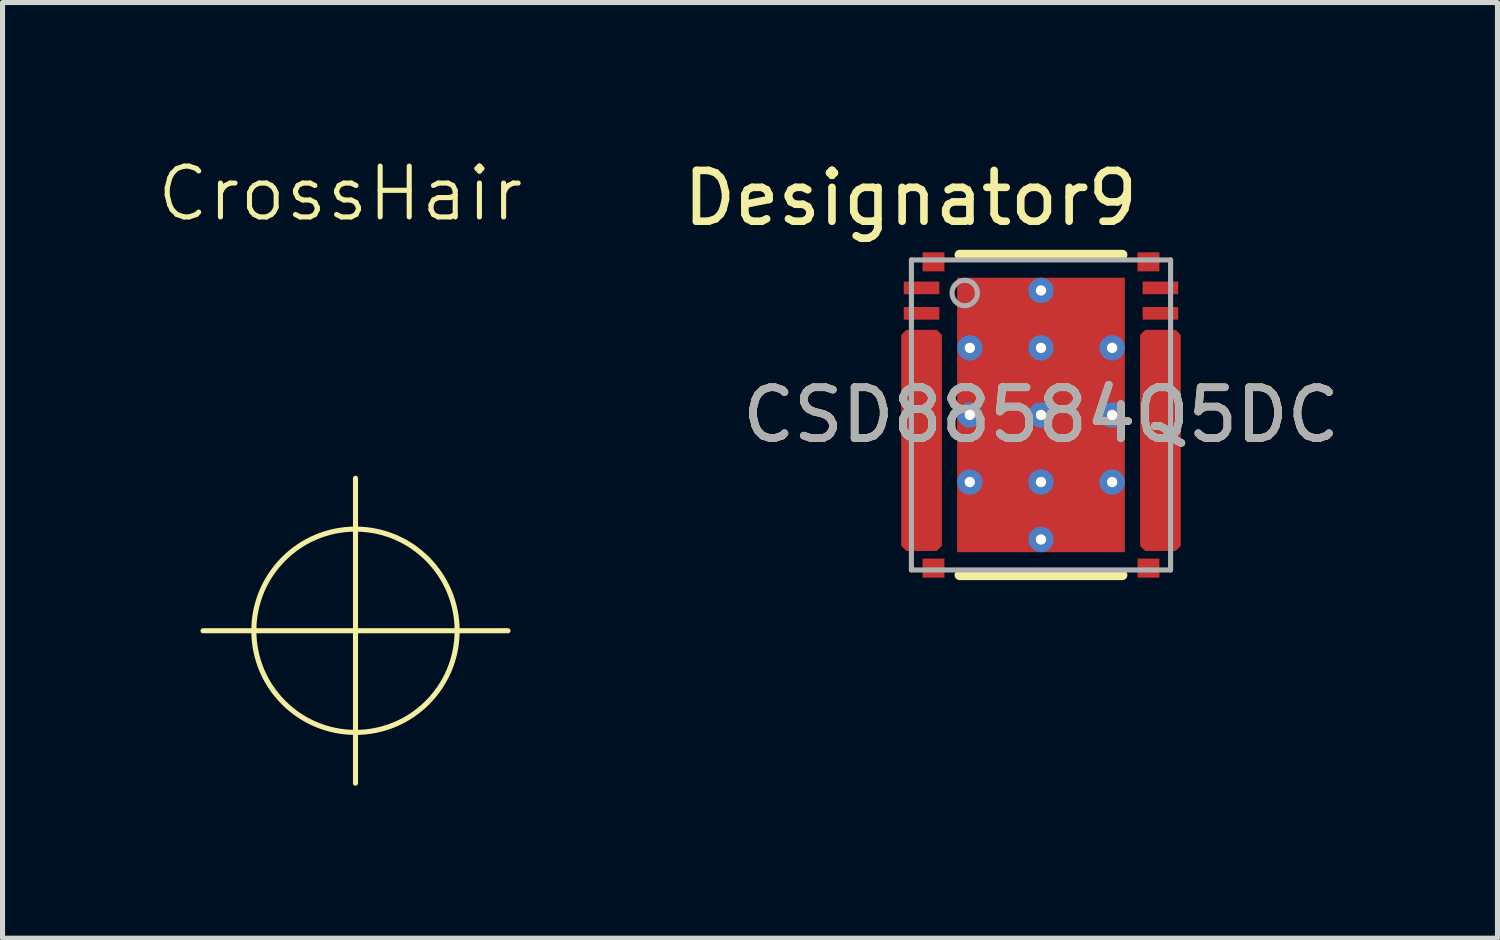
<source format=kicad_pcb>
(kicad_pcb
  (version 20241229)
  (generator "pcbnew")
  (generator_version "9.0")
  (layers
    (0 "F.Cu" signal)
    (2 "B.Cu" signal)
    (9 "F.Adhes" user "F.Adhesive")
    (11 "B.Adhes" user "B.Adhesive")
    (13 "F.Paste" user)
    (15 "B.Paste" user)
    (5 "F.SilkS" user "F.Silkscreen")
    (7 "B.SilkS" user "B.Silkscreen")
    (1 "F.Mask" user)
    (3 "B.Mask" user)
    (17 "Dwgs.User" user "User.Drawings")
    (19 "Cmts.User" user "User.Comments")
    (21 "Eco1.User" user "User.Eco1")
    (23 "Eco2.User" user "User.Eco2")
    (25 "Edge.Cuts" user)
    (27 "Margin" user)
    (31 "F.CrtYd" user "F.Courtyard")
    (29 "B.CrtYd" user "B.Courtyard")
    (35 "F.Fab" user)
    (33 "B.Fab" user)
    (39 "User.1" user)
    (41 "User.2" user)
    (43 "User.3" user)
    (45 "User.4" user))
  (footprint "CSD88584Q5DC"
    (layer "F.Cu")
    (at 17.433 5.115)
    (property "Reference" "CSD88584Q5DC" (at 0 0 0) (unlocked yes) (layer "F.SilkS") (effects (font (size 1 1) (thickness 0.15))))
    (attr smd)
    (fp_poly (pts (xy -2.3 2.5) (xy -2 2.5) (xy -2 -1.5) (xy -2.3 -1.5)) (stroke (width 0) (type solid)) (fill yes) (layer "F.Cu"))
    (fp_poly (pts (xy 2.3 -1.5) (xy 2 -1.5) (xy 2 2.5) (xy 2.3 2.5)) (stroke (width 0) (type solid)) (fill yes) (layer "F.Cu"))
    (fp_poly (pts (xy -2.75 2.575) (xy -2.75 -1.575) (xy -2.65 -1.675) (xy -2.05 -1.675) (xy -1.95 -1.575) (xy -1.95 2.575) (xy -2.05 2.675) (xy -2.65 2.675)) (stroke (width 0) (type solid)) (fill yes) (layer "F.Cu"))
    (fp_poly (pts (xy 2.75 2.575) (xy 2.75 -1.575) (xy 2.65 -1.675) (xy 2.05 -1.675) (xy 1.95 -1.575) (xy 1.95 2.575) (xy 2.05 2.675) (xy 2.65 2.675)) (stroke (width 0) (type solid)) (fill yes) (layer "F.Cu"))
    (fp_poly (pts (xy -2.3 2.5) (xy -2 2.5) (xy -2 -1.5) (xy -2.3 -1.5)) (stroke (width 0) (type solid)) (fill yes) (layer "F.Mask"))
    (fp_poly (pts (xy 2.3 -1.5) (xy 2 -1.5) (xy 2 2.5) (xy 2.3 2.5)) (stroke (width 0) (type solid)) (fill yes) (layer "F.Mask"))
    (fp_line (start -1.6 -3.15) (end 1.6 -3.15) (stroke (width 0.2) (type solid)) (layer "F.SilkS"))
    (fp_line (start -1.6 3.15) (end 1.6 3.15) (stroke (width 0.2) (type solid)) (layer "F.SilkS"))
    (fp_poly (pts (xy -2.3 2.5) (xy -2 2.5) (xy -2 -1.5) (xy -2.3 -1.5)) (stroke (width 0) (type solid)) (fill yes) (layer "F.Paste"))
    (fp_poly (pts (xy 2.3 -1.5) (xy 2 -1.5) (xy 2 2.5) (xy 2.3 2.5)) (stroke (width 0) (type solid)) (fill yes) (layer "F.Paste"))
    (fp_poly (pts (xy -1.51 -1.47) (xy -1.51 -2.49) (xy -1.509 -2.499) (xy -1.506 -2.509) (xy -1.502 -2.518) (xy -1.495 -2.525) (xy -1.488 -2.532) (xy -1.479 -2.536) (xy -1.469 -2.539) (xy -1.46 -2.54) (xy -0.15 -2.54) (xy -0.141 -2.539) (xy -0.131 -2.536) (xy -0.122 -2.532) (xy -0.115 -2.525) (xy -0.108 -2.518) (xy -0.104 -2.509) (xy -0.101 -2.499) (xy -0.1 -2.49) (xy -0.1 -1.47) (xy -0.101 -1.461) (xy -0.104 -1.451) (xy -0.108 -1.442) (xy -0.115 -1.435) (xy -0.122 -1.428) (xy -0.131 -1.424) (xy -0.141 -1.421) (xy -0.15 -1.42) (xy -1.46 -1.42) (xy -1.469 -1.421) (xy -1.479 -1.424) (xy -1.488 -1.428) (xy -1.495 -1.435) (xy -1.502 -1.442) (xy -1.506 -1.451) (xy -1.509 -1.461)) (stroke (width 0) (type solid)) (fill yes) (layer "F.Paste"))
    (fp_poly (pts (xy -1.51 -0.15) (xy -1.51 -1.17) (xy -1.509 -1.179) (xy -1.506 -1.189) (xy -1.502 -1.198) (xy -1.495 -1.205) (xy -1.488 -1.212) (xy -1.479 -1.216) (xy -1.469 -1.219) (xy -1.46 -1.22) (xy -0.15 -1.22) (xy -0.141 -1.219) (xy -0.131 -1.216) (xy -0.122 -1.212) (xy -0.115 -1.205) (xy -0.108 -1.198) (xy -0.104 -1.189) (xy -0.101 -1.179) (xy -0.1 -1.17) (xy -0.1 -0.15) (xy -0.101 -0.141) (xy -0.104 -0.131) (xy -0.108 -0.122) (xy -0.115 -0.115) (xy -0.122 -0.108) (xy -0.131 -0.104) (xy -0.141 -0.101) (xy -0.15 -0.1) (xy -1.46 -0.1) (xy -1.469 -0.101) (xy -1.479 -0.104) (xy -1.488 -0.108) (xy -1.495 -0.115) (xy -1.502 -0.122) (xy -1.506 -0.131) (xy -1.509 -0.141)) (stroke (width 0) (type solid)) (fill yes) (layer "F.Paste"))
    (fp_poly (pts (xy -1.51 1.17) (xy -1.51 0.15) (xy -1.509 0.141) (xy -1.506 0.131) (xy -1.502 0.122) (xy -1.495 0.115) (xy -1.488 0.108) (xy -1.479 0.104) (xy -1.469 0.101) (xy -1.46 0.1) (xy -0.15 0.1) (xy -0.141 0.101) (xy -0.131 0.104) (xy -0.122 0.108) (xy -0.115 0.115) (xy -0.108 0.122) (xy -0.104 0.131) (xy -0.101 0.141) (xy -0.1 0.15) (xy -0.1 1.17) (xy -0.101 1.179) (xy -0.104 1.189) (xy -0.108 1.198) (xy -0.115 1.205) (xy -0.122 1.212) (xy -0.131 1.216) (xy -0.141 1.219) (xy -0.15 1.22) (xy -1.46 1.22) (xy -1.469 1.219) (xy -1.479 1.216) (xy -1.488 1.212) (xy -1.495 1.205) (xy -1.502 1.198) (xy -1.506 1.189) (xy -1.509 1.179)) (stroke (width 0) (type solid)) (fill yes) (layer "F.Paste"))
    (fp_poly (pts (xy -1.51 2.49) (xy -1.51 1.47) (xy -1.509 1.461) (xy -1.506 1.451) (xy -1.502 1.442) (xy -1.495 1.435) (xy -1.488 1.428) (xy -1.479 1.424) (xy -1.469 1.421) (xy -1.46 1.42) (xy -0.15 1.42) (xy -0.141 1.421) (xy -0.131 1.424) (xy -0.122 1.428) (xy -0.115 1.435) (xy -0.108 1.442) (xy -0.104 1.451) (xy -0.101 1.461) (xy -0.1 1.47) (xy -0.1 2.49) (xy -0.101 2.499) (xy -0.104 2.509) (xy -0.108 2.518) (xy -0.115 2.525) (xy -0.122 2.532) (xy -0.131 2.536) (xy -0.141 2.539) (xy -0.15 2.54) (xy -1.46 2.54) (xy -1.469 2.539) (xy -1.479 2.536) (xy -1.488 2.532) (xy -1.495 2.525) (xy -1.502 2.518) (xy -1.506 2.509) (xy -1.509 2.499)) (stroke (width 0) (type solid)) (fill yes) (layer "F.Paste"))
    (fp_poly (pts (xy 0.1 -1.47) (xy 0.1 -2.49) (xy 0.101 -2.499) (xy 0.104 -2.509) (xy 0.108 -2.518) (xy 0.115 -2.525) (xy 0.122 -2.532) (xy 0.131 -2.536) (xy 0.141 -2.539) (xy 0.15 -2.54) (xy 1.46 -2.54) (xy 1.469 -2.539) (xy 1.479 -2.536) (xy 1.488 -2.532) (xy 1.495 -2.525) (xy 1.502 -2.518) (xy 1.506 -2.509) (xy 1.509 -2.499) (xy 1.51 -2.49) (xy 1.51 -1.47) (xy 1.509 -1.461) (xy 1.506 -1.451) (xy 1.502 -1.442) (xy 1.495 -1.435) (xy 1.488 -1.428) (xy 1.479 -1.424) (xy 1.469 -1.421) (xy 1.46 -1.42) (xy 0.15 -1.42) (xy 0.141 -1.421) (xy 0.131 -1.424) (xy 0.122 -1.428) (xy 0.115 -1.435) (xy 0.108 -1.442) (xy 0.104 -1.451) (xy 0.101 -1.461)) (stroke (width 0) (type solid)) (fill yes) (layer "F.Paste"))
    (fp_poly (pts (xy 0.1 2.49) (xy 0.1 1.47) (xy 0.101 1.461) (xy 0.104 1.451) (xy 0.108 1.442) (xy 0.115 1.435) (xy 0.122 1.428) (xy 0.131 1.424) (xy 0.141 1.421) (xy 0.15 1.42) (xy 1.46 1.42) (xy 1.469 1.421) (xy 1.479 1.424) (xy 1.488 1.428) (xy 1.495 1.435) (xy 1.502 1.442) (xy 1.506 1.451) (xy 1.509 1.461) (xy 1.51 1.47) (xy 1.51 2.49) (xy 1.509 2.499) (xy 1.506 2.509) (xy 1.502 2.518) (xy 1.495 2.525) (xy 1.488 2.532) (xy 1.479 2.536) (xy 1.469 2.539) (xy 1.46 2.54) (xy 0.15 2.54) (xy 0.141 2.539) (xy 0.131 2.536) (xy 0.122 2.532) (xy 0.115 2.525) (xy 0.108 2.518) (xy 0.104 2.509) (xy 0.101 2.499)) (stroke (width 0) (type solid)) (fill yes) (layer "F.Paste"))
    (fp_poly (pts (xy 1.51 -1.17) (xy 1.51 -0.15) (xy 1.509 -0.141) (xy 1.506 -0.131) (xy 1.502 -0.122) (xy 1.495 -0.115) (xy 1.488 -0.108) (xy 1.479 -0.104) (xy 1.469 -0.101) (xy 1.46 -0.1) (xy 0.15 -0.1) (xy 0.141 -0.101) (xy 0.131 -0.104) (xy 0.122 -0.108) (xy 0.115 -0.115) (xy 0.108 -0.122) (xy 0.104 -0.131) (xy 0.101 -0.141) (xy 0.1 -0.15) (xy 0.1 -1.17) (xy 0.101 -1.179) (xy 0.104 -1.189) (xy 0.108 -1.198) (xy 0.115 -1.205) (xy 0.122 -1.212) (xy 0.131 -1.216) (xy 0.141 -1.219) (xy 0.15 -1.22) (xy 1.46 -1.22) (xy 1.469 -1.219) (xy 1.479 -1.216) (xy 1.488 -1.212) (xy 1.495 -1.205) (xy 1.502 -1.198) (xy 1.506 -1.189) (xy 1.509 -1.179)) (stroke (width 0) (type solid)) (fill yes) (layer "F.Paste"))
    (fp_poly (pts (xy 1.51 0.15) (xy 1.51 1.17) (xy 1.509 1.179) (xy 1.506 1.189) (xy 1.502 1.198) (xy 1.495 1.205) (xy 1.488 1.212) (xy 1.479 1.216) (xy 1.469 1.219) (xy 1.46 1.22) (xy 0.15 1.22) (xy 0.141 1.219) (xy 0.131 1.216) (xy 0.122 1.212) (xy 0.115 1.205) (xy 0.108 1.198) (xy 0.104 1.189) (xy 0.101 1.179) (xy 0.1 1.17) (xy 0.1 0.15) (xy 0.101 0.141) (xy 0.104 0.131) (xy 0.108 0.122) (xy 0.115 0.115) (xy 0.122 0.108) (xy 0.131 0.104) (xy 0.141 0.101) (xy 0.15 0.1) (xy 1.46 0.1) (xy 1.469 0.101) (xy 1.479 0.104) (xy 1.488 0.108) (xy 1.495 0.115) (xy 1.502 0.122) (xy 1.506 0.131) (xy 1.509 0.141)) (stroke (width 0) (type solid)) (fill yes) (layer "F.Paste"))
    (fp_line (start -2.55 -3.05) (end 2.55 -3.05) (stroke (width 0.1) (type solid)) (layer "F.Fab"))
    (fp_line (start -2.55 3.05) (end -2.55 -3.05) (stroke (width 0.1) (type solid)) (layer "F.Fab"))
    (fp_line (start -2.55 3.05) (end 2.55 3.05) (stroke (width 0.1) (type solid)) (layer "F.Fab"))
    (fp_line (start 2.55 3.05) (end 2.55 -3.05) (stroke (width 0.1) (type solid)) (layer "F.Fab"))
    (fp_circle (center -1.5 -2.4) (end -1.25 -2.4) (stroke (width 0.1) (type solid)) (fill no) (layer "F.Fab"))
    (fp_text user "Designator9" (at -2.565 -4.267 0) (unlocked yes) (layer "F.SilkS") (effects (font (size 1 1) (thickness 0.15))))
    (fp_text user "${REFERENCE}" (at 0 0 0) (unlocked yes) (layer "F.Fab") (effects (font (size 1 1) (thickness 0.15))))
    (pad "1" smd rect (at -2.35 -2.5) (size 0.7 0.25) (layers "F.Cu" "F.Mask" "F.Paste"))
    (pad "2" smd rect (at -2.35 -2) (size 0.7 0.25) (layers "F.Cu" "F.Mask" "F.Paste"))
    (pad "3" smd rect (at -2.35 -1.5) (size 0.7 0.25) (layers "F.Cu" "F.Mask" "F.Paste"))
    (pad "4" smd rect (at -2.35 -1) (size 0.7 0.25) (layers "F.Cu" "F.Mask" "F.Paste"))
    (pad "5" smd rect (at -2.35 -0.5) (size 0.7 0.25) (layers "F.Cu" "F.Mask" "F.Paste"))
    (pad "6" smd rect (at -2.35 0) (size 0.7 0.25) (layers "F.Cu" "F.Mask" "F.Paste"))
    (pad "7" smd rect (at -2.35 0.5) (size 0.7 0.25) (layers "F.Cu" "F.Mask" "F.Paste"))
    (pad "8" smd rect (at -2.35 1) (size 0.7 0.25) (layers "F.Cu" "F.Mask" "F.Paste"))
    (pad "9" smd rect (at -2.35 1.5) (size 0.7 0.25) (layers "F.Cu" "F.Mask" "F.Paste"))
    (pad "10" smd rect (at -2.35 2) (size 0.7 0.25) (layers "F.Cu" "F.Mask" "F.Paste"))
    (pad "11" smd rect (at -2.35 2.5) (size 0.7 0.25) (layers "F.Cu" "F.Mask" "F.Paste"))
    (pad "12" smd rect (at 2.35 2.5) (size 0.7 0.25) (layers "F.Cu" "F.Mask" "F.Paste"))
    (pad "13" smd rect (at 2.35 2) (size 0.7 0.25) (layers "F.Cu" "F.Mask" "F.Paste"))
    (pad "14" smd rect (at 2.35 1.5) (size 0.7 0.25) (layers "F.Cu" "F.Mask" "F.Paste"))
    (pad "15" smd rect (at 2.35 1) (size 0.7 0.25) (layers "F.Cu" "F.Mask" "F.Paste"))
    (pad "16" smd rect (at 2.35 0.5) (size 0.7 0.25) (layers "F.Cu" "F.Mask" "F.Paste"))
    (pad "17" smd rect (at 2.35 0) (size 0.7 0.25) (layers "F.Cu" "F.Mask" "F.Paste"))
    (pad "18" smd rect (at 2.35 -0.5) (size 0.7 0.25) (layers "F.Cu" "F.Mask" "F.Paste"))
    (pad "19" smd rect (at 2.35 -1) (size 0.7 0.25) (layers "F.Cu" "F.Mask" "F.Paste"))
    (pad "20" smd rect (at 2.35 -1.5) (size 0.7 0.25) (layers "F.Cu" "F.Mask" "F.Paste"))
    (pad "21" smd rect (at 2.35 -2) (size 0.7 0.25) (layers "F.Cu" "F.Mask" "F.Paste"))
    (pad "22" smd rect (at 2.35 -2.5) (size 0.7 0.25) (layers "F.Cu" "F.Mask" "F.Paste"))
    (pad "23" smd rect (at -2.115 -3.013) (size 0.43 0.375) (layers "F.Cu" "F.Mask" "F.Paste"))
    (pad "24" smd rect (at -2.115 3.013) (size 0.43 0.375) (layers "F.Cu" "F.Mask" "F.Paste"))
    (pad "25" smd rect (at 2.115 3.013) (size 0.43 0.375) (layers "F.Cu" "F.Mask" "F.Paste"))
    (pad "26" smd rect (at 2.115 -3.013) (size 0.43 0.375) (layers "F.Cu" "F.Mask" "F.Paste"))
    (pad "27" smd rect (at 0 0) (size 3.3 5.4) (layers "F.Cu" "F.Mask" "F.Paste"))
    (pad "V" thru_hole circle (at -1.4 -1.32) (size 0.5 0.5) (drill 0.203) (layers "*.Cu" "*.Mask"))
    (pad "V" thru_hole circle (at -1.4 0) (size 0.5 0.5) (drill 0.203) (layers "*.Cu" "*.Mask"))
    (pad "V" thru_hole circle (at -1.4 1.32) (size 0.5 0.5) (drill 0.203) (layers "*.Cu" "*.Mask"))
    (pad "V" thru_hole circle (at 0 -2.45) (size 0.5 0.5) (drill 0.203) (layers "*.Cu" "*.Mask"))
    (pad "V" thru_hole circle (at 0 -1.32) (size 0.5 0.5) (drill 0.203) (layers "*.Cu" "*.Mask"))
    (pad "V" thru_hole circle (at 0 0) (size 0.5 0.5) (drill 0.203) (layers "*.Cu" "*.Mask"))
    (pad "V" thru_hole circle (at 0 1.32) (size 0.5 0.5) (drill 0.203) (layers "*.Cu" "*.Mask"))
    (pad "V" thru_hole circle (at 0 2.45) (size 0.5 0.5) (drill 0.203) (layers "*.Cu" "*.Mask"))
    (pad "V" thru_hole circle (at 1.4 -1.32) (size 0.5 0.5) (drill 0.203) (layers "*.Cu" "*.Mask"))
    (pad "V" thru_hole circle (at 1.4 0) (size 0.5 0.5) (drill 0.203) (layers "*.Cu" "*.Mask"))
    (pad "V" thru_hole circle (at 1.4 1.32) (size 0.5 0.5) (drill 0.203) (layers "*.Cu" "*.Mask")))
  (footprint "CrossHair"
    (layer "F.Cu")
    (at 3.945 9.361)
    (property "Reference" "CrossHair" (at -0.3 -8.6 0) (unlocked yes) (layer "F.SilkS") (effects (font (size 1 1) (thickness 0.1))))
    (attr smd)
    (fp_line (start -3 0) (end 3 0) (stroke (width 0.1) (type default)) (layer "F.SilkS"))
    (fp_line (start 0 -3) (end 0 3) (stroke (width 0.1) (type default)) (layer "F.SilkS"))
    (fp_circle (center 0 0) (end 2 0) (stroke (width 0.1) (type default)) (fill no) (layer "F.SilkS")))
  (gr_rect
    (start -3 -3)
    (end 26.415 15.411)
    (stroke (width 0.1) (type default))
    (fill no)
    (layer "Edge.Cuts")))
</source>
